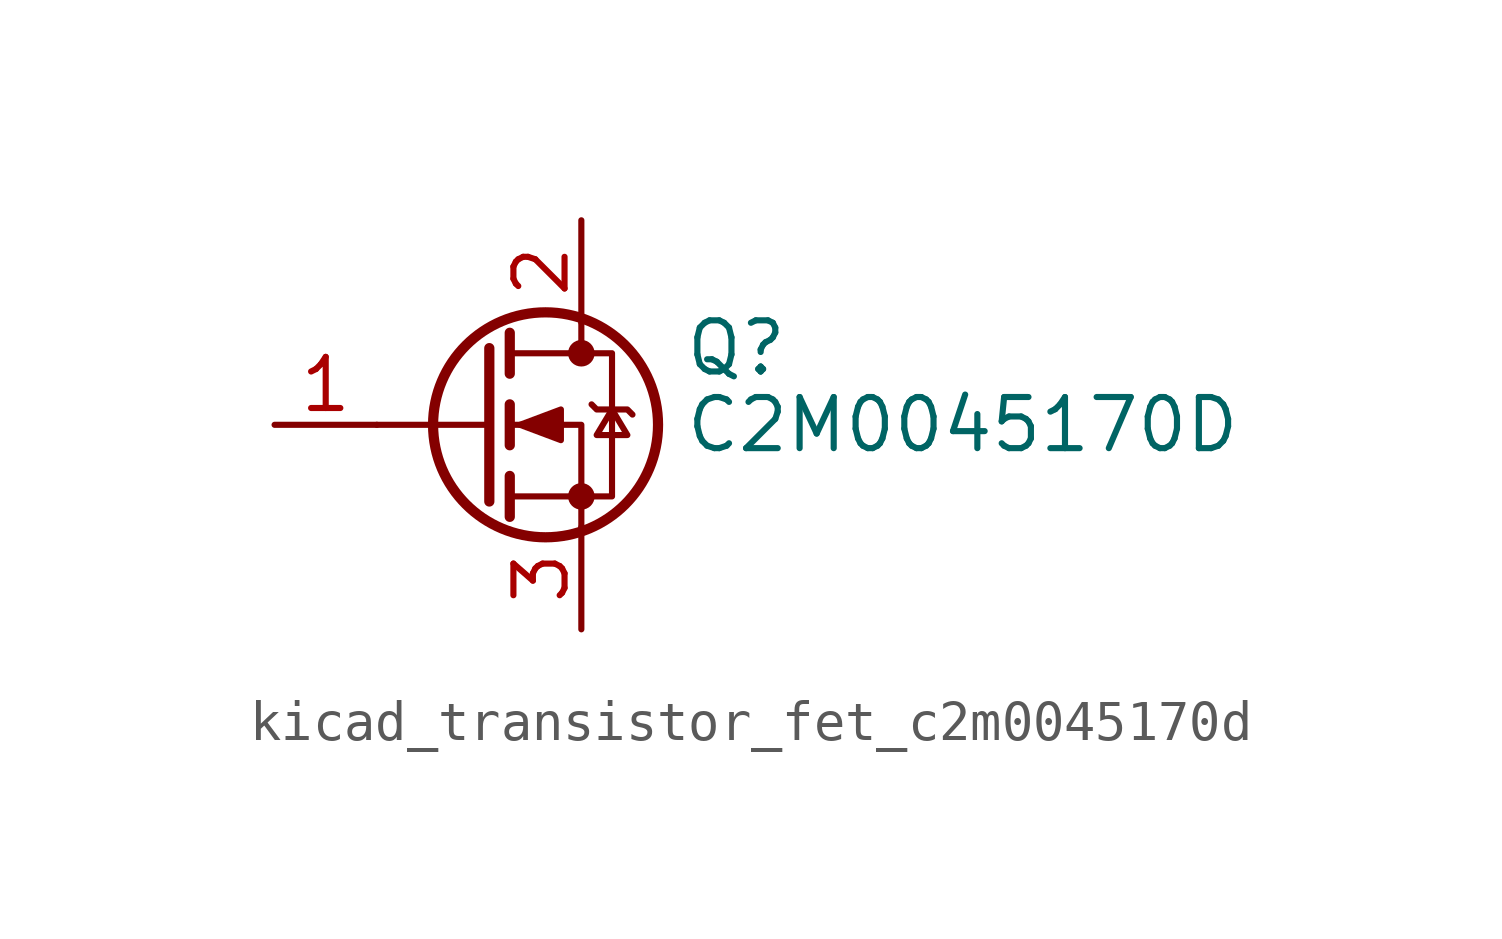
<source format=kicad_sym>
(kicad_symbol_lib
  (version 20220914)
  (generator kicad_symbol_editor)
  (symbol "kicad_transistor_fet_c2m0045170d"
    (pin_names hide)
    (property "Reference" "Q"
      (at 5.08 1.905 0)
      (effects (font (size 1.27 1.27)) (justify left)))
    (property "Value" "C2M0045170D"
      (at 5.08 0 0)
      (effects (font (size 1.27 1.27)) (justify left)))
    (symbol "kicad_transistor_fet_c2m0045170d_0_1"
      (polyline (pts (xy 0.254 0) (xy -2.54 0)) (stroke (width 0) (type default)) (fill (type none)))
      (polyline (pts (xy 0.254 1.905) (xy 0.254 -1.905)) (stroke (width 0.254) (type default)) (fill (type none)))
      (polyline (pts (xy 0.762 -1.27) (xy 0.762 -2.286)) (stroke (width 0.254) (type default)) (fill (type none)))
      (polyline (pts (xy 0.762 0.508) (xy 0.762 -0.508)) (stroke (width 0.254) (type default)) (fill (type none)))
      (polyline (pts (xy 0.762 2.286) (xy 0.762 1.27)) (stroke (width 0.254) (type default)) (fill (type none)))
      (polyline (pts (xy 2.54 2.54) (xy 2.54 1.778)) (stroke (width 0) (type default)) (fill (type none)))
      (polyline (pts (xy 2.54 -2.54) (xy 2.54 0) (xy 0.762 0)) (stroke (width 0) (type default)) (fill (type none)))
      (polyline (pts (xy 0.762 -1.778) (xy 3.302 -1.778) (xy 3.302 1.778) (xy 0.762 1.778)) (stroke (width 0) (type default)) (fill (type none)))
      (polyline (pts (xy 1.016 0) (xy 2.032 0.381) (xy 2.032 -0.381) (xy 1.016 0)) (stroke (width 0) (type default)) (fill (type outline)))
      (polyline (pts (xy 2.794 0.508) (xy 2.921 0.381) (xy 3.683 0.381) (xy 3.81 0.254)) (stroke (width 0) (type default)) (fill (type none)))
      (polyline (pts (xy 3.302 0.381) (xy 2.921 -0.254) (xy 3.683 -0.254) (xy 3.302 0.381)) (stroke (width 0) (type default)) (fill (type none)))
      (circle (center 1.651 0) (radius 2.794) (stroke (width 0.254) (type default)) (fill (type none)))
      (circle (center 2.54 -1.778) (radius 0.254) (stroke (width 0) (type default)) (fill (type outline)))
      (circle (center 2.54 1.778) (radius 0.254) (stroke (width 0) (type default)) (fill (type outline))))
    (symbol "kicad_transistor_fet_c2m0045170d_1_1"
      (pin input line (at -5.08 0 0) (length 2.54) (name "G" (effects (font (size 1.27 1.27)))) (number "1" (effects (font (size 1.27 1.27)))))
      (pin passive line (at 2.54 5.08 270) (length 2.54) (name "D" (effects (font (size 1.27 1.27)))) (number "2" (effects (font (size 1.27 1.27)))))
      (pin passive line (at 2.54 -5.08 90) (length 2.54) (name "S" (effects (font (size 1.27 1.27)))) (number "3" (effects (font (size 1.27 1.27))))))))
</source>
